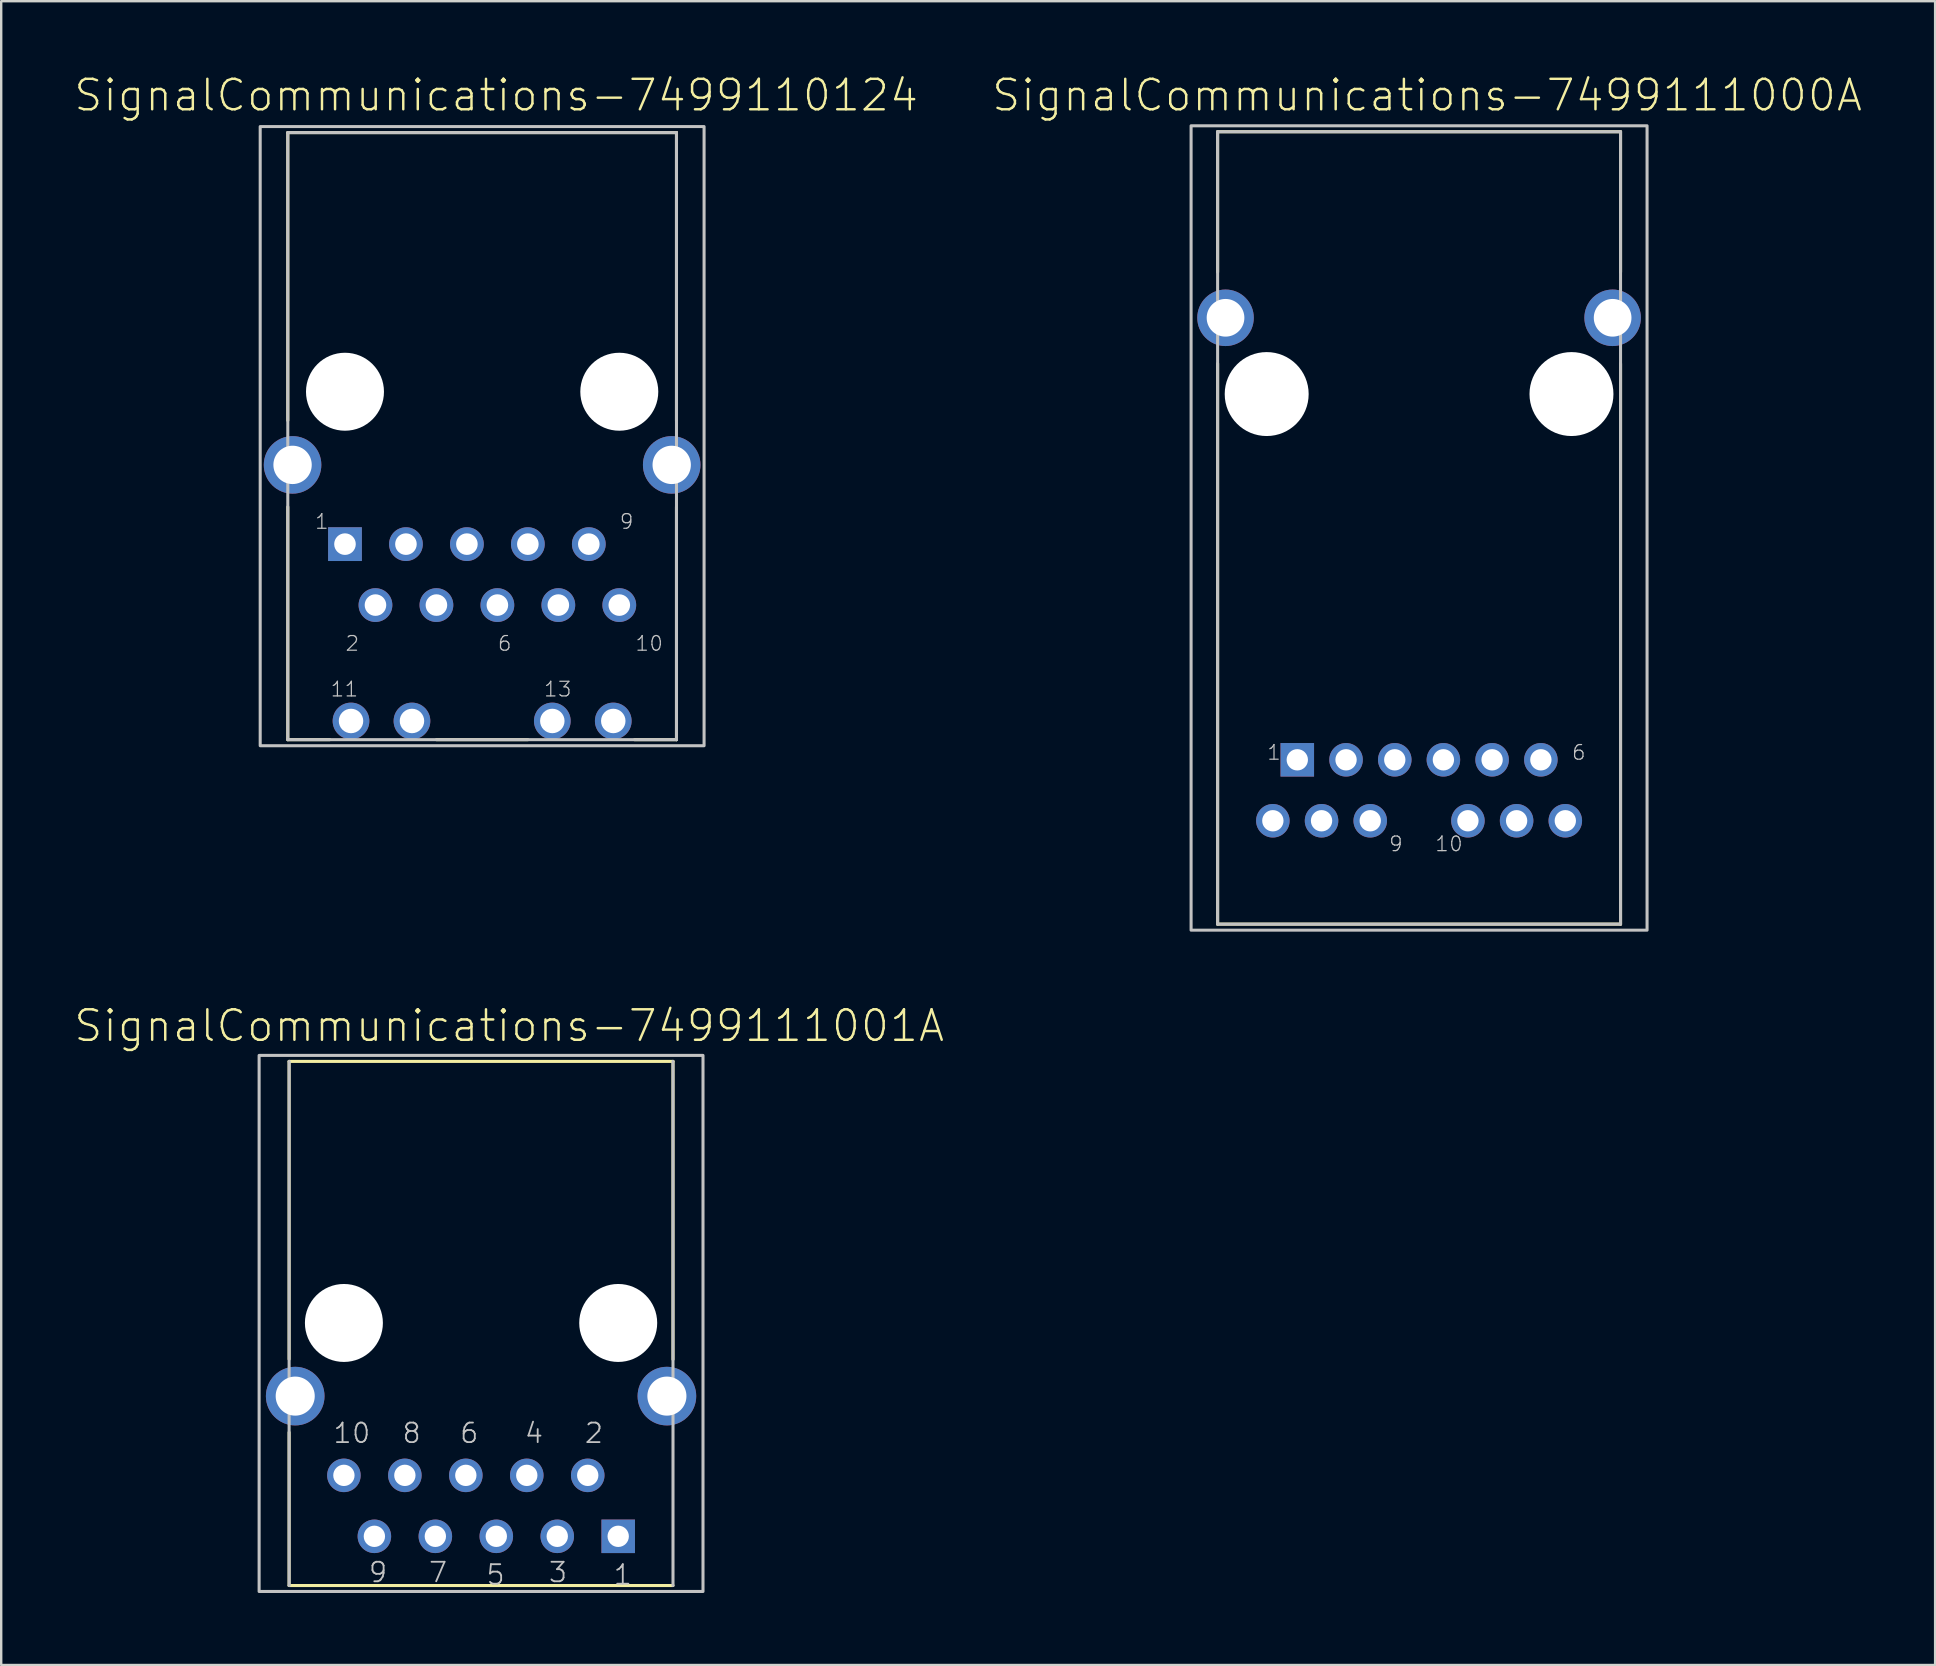
<source format=kicad_pcb>
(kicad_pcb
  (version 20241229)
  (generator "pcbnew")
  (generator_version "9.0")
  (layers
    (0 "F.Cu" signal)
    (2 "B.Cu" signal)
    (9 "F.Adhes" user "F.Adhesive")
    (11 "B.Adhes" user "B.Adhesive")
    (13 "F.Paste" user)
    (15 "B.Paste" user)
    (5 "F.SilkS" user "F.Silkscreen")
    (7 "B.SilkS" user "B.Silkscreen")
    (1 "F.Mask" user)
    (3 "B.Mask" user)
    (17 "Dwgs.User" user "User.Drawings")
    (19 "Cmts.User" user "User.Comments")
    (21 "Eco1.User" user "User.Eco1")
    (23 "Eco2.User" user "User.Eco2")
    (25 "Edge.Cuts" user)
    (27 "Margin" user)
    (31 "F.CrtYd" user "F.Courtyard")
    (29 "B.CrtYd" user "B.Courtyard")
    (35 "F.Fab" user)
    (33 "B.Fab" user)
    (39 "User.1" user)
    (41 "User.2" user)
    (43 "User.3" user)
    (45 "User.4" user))
  (footprint "SignalCommunications-7499111001A"
    (layer "F.Cu")
    (at 16.995 52.076)
    (property "Reference" "SignalCommunications-7499111001A" (at 1.173 -12.383 0) (layer "F.SilkS") (effects (font (size 1.27 1.27) (thickness 0.102))))
    (attr exclude_from_pos_files exclude_from_bom)
    (fp_line (start -7.998 -10.899) (end 7.998 -10.899) (stroke (width 0.127) (type solid)) (layer "F.SilkS"))
    (fp_line (start -7.998 1.509) (end -7.998 -10.899) (stroke (width 0.127) (type solid)) (layer "F.SilkS"))
    (fp_line (start -7.998 4.559) (end -7.998 10.94) (stroke (width 0.127) (type solid)) (layer "F.SilkS"))
    (fp_line (start 7.998 1.519) (end 7.998 -10.899) (stroke (width 0.127) (type solid)) (layer "F.SilkS"))
    (fp_line (start 7.998 10.94) (end -7.998 10.94) (stroke (width 0.127) (type solid)) (layer "F.SilkS"))
    (fp_line (start -7.998 10.94) (end -7.998 -10.899) (stroke (width 0.127) (type solid)) (layer "Dwgs.User"))
    (fp_line (start 7.998 -10.899) (end 7.998 10.94) (stroke (width 0.127) (type solid)) (layer "Dwgs.User"))
    (fp_poly (pts (xy -9.248 -11.148) (xy 9.248 -11.148) (xy 9.248 11.189) (xy -9.248 11.189) (xy -9.248 -11.148)) (stroke (width 0.127) (type solid)) (fill no) (layer "Dwgs.User"))
    (fp_text user "3" (at 3.205 10.391 0) (layer "Dwgs.User") (effects (font (size 0.813 0.813) (thickness 0.076))))
    (fp_text user "1" (at 5.905 10.493 0) (layer "Dwgs.User") (effects (font (size 0.813 0.813) (thickness 0.076))))
    (fp_text user "10" (at -5.385 4.592 0) (layer "Dwgs.User") (effects (font (size 0.813 0.813) (thickness 0.076))))
    (fp_text user "5" (at 0.605 10.493 0) (layer "Dwgs.User") (effects (font (size 0.813 0.813) (thickness 0.076))))
    (fp_text user "7" (at -1.793 10.391 0) (layer "Dwgs.User") (effects (font (size 0.813 0.813) (thickness 0.076))))
    (fp_text user "8" (at -2.893 4.592 0) (layer "Dwgs.User") (effects (font (size 0.813 0.813) (thickness 0.076))))
    (fp_text user "9" (at -4.293 10.391 0) (layer "Dwgs.User") (effects (font (size 0.813 0.813) (thickness 0.076))))
    (fp_text user "4" (at 2.205 4.592 0) (layer "Dwgs.User") (effects (font (size 0.813 0.813) (thickness 0.076))))
    (fp_text user "6" (at -0.493 4.592 0) (layer "Dwgs.User") (effects (font (size 0.813 0.813) (thickness 0.076))))
    (fp_text user "2" (at 4.704 4.592 0) (layer "Dwgs.User") (effects (font (size 0.813 0.813) (thickness 0.076))))
    (pad "" np_thru_hole circle (at -5.715 0) (size 3.249 3.249) (drill 3.249) (layers "*.Cu" "*.Mask"))
    (pad "" np_thru_hole circle (at 5.715 0) (size 3.249 3.249) (drill 3.249) (layers "*.Cu" "*.Mask"))
    (pad "1" thru_hole rect (at 5.715 8.89) (size 1.397 1.397) (drill 0.889) (layers "*.Cu" "*.Paste" "*.Mask"))
    (pad "2" thru_hole circle (at 4.445 6.35) (size 1.397 1.397) (drill 0.889) (layers "*.Cu" "*.Paste" "*.Mask"))
    (pad "3" thru_hole circle (at 3.175 8.89) (size 1.397 1.397) (drill 0.889) (layers "*.Cu" "*.Paste" "*.Mask"))
    (pad "4" thru_hole circle (at 1.905 6.35) (size 1.397 1.397) (drill 0.889) (layers "*.Cu" "*.Paste" "*.Mask"))
    (pad "5" thru_hole circle (at 0.635 8.89) (size 1.397 1.397) (drill 0.889) (layers "*.Cu" "*.Paste" "*.Mask"))
    (pad "6" thru_hole circle (at -0.635 6.35) (size 1.397 1.397) (drill 0.889) (layers "*.Cu" "*.Paste" "*.Mask"))
    (pad "7" thru_hole circle (at -1.905 8.89) (size 1.397 1.397) (drill 0.889) (layers "*.Cu" "*.Paste" "*.Mask"))
    (pad "8" thru_hole circle (at -3.175 6.35) (size 1.397 1.397) (drill 0.889) (layers "*.Cu" "*.Paste" "*.Mask"))
    (pad "9" thru_hole circle (at -4.445 8.89) (size 1.397 1.397) (drill 0.889) (layers "*.Cu" "*.Paste" "*.Mask"))
    (pad "10" thru_hole circle (at -5.715 6.35) (size 1.397 1.397) (drill 0.889) (layers "*.Cu" "*.Paste" "*.Mask"))
    (pad "Z1" thru_hole circle (at -7.744 3.048) (size 2.443 2.443) (drill 1.628) (layers "*.Cu" "*.Paste" "*.Mask"))
    (pad "Z2" thru_hole circle (at 7.744 3.048) (size 2.443 2.443) (drill 1.628) (layers "*.Cu" "*.Paste" "*.Mask")))
  (footprint "SignalCommunications-7499111000A"
    (layer "F.Cu")
    (at 56.081 13.37)
    (property "Reference" "SignalCommunications-7499111000A" (at 0.335 -12.449 0) (layer "F.SilkS") (effects (font (size 1.27 1.27) (thickness 0.102))))
    (attr exclude_from_pos_files exclude_from_bom)
    (fp_line (start -8.395 -5.08) (end -8.395 -10.93) (stroke (width 0.127) (type solid)) (layer "F.SilkS"))
    (fp_line (start -8.395 -1.27) (end -8.395 22.088) (stroke (width 0.127) (type solid)) (layer "F.SilkS"))
    (fp_line (start 8.395 -10.93) (end -8.395 -10.93) (stroke (width 0.127) (type solid)) (layer "F.SilkS"))
    (fp_line (start 8.395 -10.93) (end 8.395 -5.08) (stroke (width 0.127) (type solid)) (layer "F.SilkS"))
    (fp_line (start 8.395 -1.27) (end 8.395 22.088) (stroke (width 0.127) (type solid)) (layer "F.SilkS"))
    (fp_line (start 8.395 22.088) (end -8.395 22.088) (stroke (width 0.127) (type solid)) (layer "F.SilkS"))
    (fp_line (start -8.395 -10.93) (end -8.395 22.088) (stroke (width 0.127) (type solid)) (layer "Dwgs.User"))
    (fp_line (start -8.395 22.088) (end 8.395 22.088) (stroke (width 0.127) (type solid)) (layer "Dwgs.User"))
    (fp_line (start 8.395 -10.93) (end -8.395 -10.93) (stroke (width 0.127) (type solid)) (layer "Dwgs.User"))
    (fp_line (start 8.395 22.088) (end 8.395 -10.93) (stroke (width 0.127) (type solid)) (layer "Dwgs.User"))
    (fp_poly (pts (xy -9.5 -11.179) (xy 9.5 -11.179) (xy 9.5 22.339) (xy -9.5 22.339) (xy -9.5 -11.179)) (stroke (width 0.127) (type solid)) (fill no) (layer "Dwgs.User"))
    (fp_text user "6" (at 6.655 14.935 0) (layer "Dwgs.User") (effects (font (size 0.61 0.61) (thickness 0.051))))
    (fp_text user "10" (at 1.245 18.745 0) (layer "Dwgs.User") (effects (font (size 0.61 0.61) (thickness 0.051))))
    (fp_text user "9" (at -0.965 18.745 0) (layer "Dwgs.User") (effects (font (size 0.61 0.61) (thickness 0.051))))
    (fp_text user "1" (at -6.045 14.935 0) (layer "Dwgs.User") (effects (font (size 0.61 0.61) (thickness 0.051))))
    (pad "" np_thru_hole circle (at -6.35 0) (size 3.498 3.498) (drill 3.498) (layers "*.Cu" "*.Mask"))
    (pad "" np_thru_hole circle (at 6.35 0) (size 3.498 3.498) (drill 3.498) (layers "*.Cu" "*.Mask"))
    (pad "1" thru_hole rect (at -5.075 15.24) (size 1.397 1.397) (drill 0.889) (layers "*.Cu" "*.Paste" "*.Mask"))
    (pad "2" thru_hole circle (at -3.043 15.24) (size 1.397 1.397) (drill 0.889) (layers "*.Cu" "*.Paste" "*.Mask"))
    (pad "3" thru_hole circle (at -1.013 15.24) (size 1.397 1.397) (drill 0.889) (layers "*.Cu" "*.Paste" "*.Mask"))
    (pad "4" thru_hole circle (at 1.013 15.24) (size 1.397 1.397) (drill 0.889) (layers "*.Cu" "*.Paste" "*.Mask"))
    (pad "5" thru_hole circle (at 3.043 15.24) (size 1.397 1.397) (drill 0.889) (layers "*.Cu" "*.Paste" "*.Mask"))
    (pad "6" thru_hole circle (at 5.075 15.24) (size 1.397 1.397) (drill 0.889) (layers "*.Cu" "*.Paste" "*.Mask"))
    (pad "7" thru_hole circle (at -6.093 17.78) (size 1.397 1.397) (drill 0.889) (layers "*.Cu" "*.Paste" "*.Mask"))
    (pad "8" thru_hole circle (at -4.064 17.78) (size 1.397 1.397) (drill 0.889) (layers "*.Cu" "*.Paste" "*.Mask"))
    (pad "9" thru_hole circle (at -2.035 17.78) (size 1.397 1.397) (drill 0.889) (layers "*.Cu" "*.Paste" "*.Mask"))
    (pad "10" thru_hole circle (at 2.035 17.78) (size 1.397 1.397) (drill 0.889) (layers "*.Cu" "*.Paste" "*.Mask"))
    (pad "11" thru_hole circle (at 4.064 17.78) (size 1.397 1.397) (drill 0.889) (layers "*.Cu" "*.Paste" "*.Mask"))
    (pad "12" thru_hole circle (at 6.093 17.78) (size 1.397 1.397) (drill 0.889) (layers "*.Cu" "*.Paste" "*.Mask"))
    (pad "Z1" thru_hole circle (at -8.065 -3.178) (size 2.355 2.355) (drill 1.57) (layers "*.Cu" "*.Paste" "*.Mask"))
    (pad "Z2" thru_hole circle (at 8.065 -3.178) (size 2.355 2.355) (drill 1.57) (layers "*.Cu" "*.Paste" "*.Mask")))
  (footprint "SignalCommunications-7499110124"
    (layer "F.Cu")
    (at 17.04 13.273)
    (property "Reference" "SignalCommunications-7499110124" (at 0.584 -12.352 0) (layer "F.SilkS") (effects (font (size 1.27 1.27) (thickness 0.102))))
    (attr exclude_from_pos_files exclude_from_bom)
    (fp_line (start -8.098 1.199) (end -8.098 -10.798) (stroke (width 0.127) (type solid)) (layer "F.SilkS"))
    (fp_line (start -8.098 4.798) (end -8.098 14.498) (stroke (width 0.127) (type solid)) (layer "F.SilkS"))
    (fp_line (start -8.098 14.498) (end -6.35 14.498) (stroke (width 0.127) (type solid)) (layer "F.SilkS"))
    (fp_line (start -1.905 14.498) (end 1.905 14.498) (stroke (width 0.127) (type solid)) (layer "F.SilkS"))
    (fp_line (start 6.35 14.498) (end 8.098 14.498) (stroke (width 0.127) (type solid)) (layer "F.SilkS"))
    (fp_line (start 8.098 -10.798) (end -8.098 -10.798) (stroke (width 0.127) (type solid)) (layer "F.SilkS"))
    (fp_line (start 8.098 -10.798) (end 8.098 1.199) (stroke (width 0.127) (type solid)) (layer "F.SilkS"))
    (fp_line (start 8.098 4.798) (end 8.098 14.498) (stroke (width 0.127) (type solid)) (layer "F.SilkS"))
    (fp_line (start -8.098 -10.798) (end -8.098 14.498) (stroke (width 0.127) (type solid)) (layer "Dwgs.User"))
    (fp_line (start -8.098 14.498) (end 8.098 14.498) (stroke (width 0.127) (type solid)) (layer "Dwgs.User"))
    (fp_line (start 8.098 -10.798) (end -8.098 -10.798) (stroke (width 0.127) (type solid)) (layer "Dwgs.User"))
    (fp_line (start 8.098 14.498) (end 8.098 -10.798) (stroke (width 0.127) (type solid)) (layer "Dwgs.User"))
    (fp_poly (pts (xy -9.248 -11.049) (xy 9.248 -11.049) (xy 9.248 14.75) (xy -9.248 14.75) (xy -9.248 -11.049)) (stroke (width 0.127) (type solid)) (fill no) (layer "Dwgs.User"))
    (fp_text user "13" (at 3.15 12.395 0) (layer "Dwgs.User") (effects (font (size 0.61 0.61) (thickness 0.051))))
    (fp_text user "9" (at 6.02 5.41 0) (layer "Dwgs.User") (effects (font (size 0.61 0.61) (thickness 0.051))))
    (fp_text user "11" (at -5.74 12.395 0) (layer "Dwgs.User") (effects (font (size 0.61 0.61) (thickness 0.051))))
    (fp_text user "1" (at -6.68 5.41 0) (layer "Dwgs.User") (effects (font (size 0.61 0.61) (thickness 0.051))))
    (fp_text user "10" (at 6.96 10.49 0) (layer "Dwgs.User") (effects (font (size 0.61 0.61) (thickness 0.051))))
    (fp_text user "6" (at 0.94 10.49 0) (layer "Dwgs.User") (effects (font (size 0.61 0.61) (thickness 0.051))))
    (fp_text user "2" (at -5.41 10.49 0) (layer "Dwgs.User") (effects (font (size 0.61 0.61) (thickness 0.051))))
    (pad "" np_thru_hole circle (at -5.715 0) (size 3.249 3.249) (drill 3.249) (layers "*.Cu" "*.Mask"))
    (pad "" np_thru_hole circle (at 5.715 0) (size 3.249 3.249) (drill 3.249) (layers "*.Cu" "*.Mask"))
    (pad "1" thru_hole rect (at -5.715 6.35) (size 1.407 1.407) (drill 0.899) (layers "*.Cu" "*.Paste" "*.Mask"))
    (pad "2" thru_hole circle (at -4.445 8.89) (size 1.407 1.407) (drill 0.899) (layers "*.Cu" "*.Paste" "*.Mask"))
    (pad "3" thru_hole circle (at -3.175 6.35) (size 1.407 1.407) (drill 0.899) (layers "*.Cu" "*.Paste" "*.Mask"))
    (pad "4" thru_hole circle (at -1.905 8.89) (size 1.407 1.407) (drill 0.899) (layers "*.Cu" "*.Paste" "*.Mask"))
    (pad "5" thru_hole circle (at -0.635 6.35) (size 1.407 1.407) (drill 0.899) (layers "*.Cu" "*.Paste" "*.Mask"))
    (pad "6" thru_hole circle (at 0.635 8.89) (size 1.407 1.407) (drill 0.899) (layers "*.Cu" "*.Paste" "*.Mask"))
    (pad "7" thru_hole circle (at 1.905 6.35) (size 1.407 1.407) (drill 0.899) (layers "*.Cu" "*.Paste" "*.Mask"))
    (pad "8" thru_hole circle (at 3.175 8.89) (size 1.407 1.407) (drill 0.899) (layers "*.Cu" "*.Paste" "*.Mask"))
    (pad "9" thru_hole circle (at 4.445 6.35) (size 1.407 1.407) (drill 0.899) (layers "*.Cu" "*.Paste" "*.Mask"))
    (pad "10" thru_hole circle (at 5.715 8.89) (size 1.407 1.407) (drill 0.899) (layers "*.Cu" "*.Paste" "*.Mask"))
    (pad "11" thru_hole circle (at -5.464 13.719) (size 1.529 1.529) (drill 1.019) (layers "*.Cu" "*.Paste" "*.Mask"))
    (pad "12" thru_hole circle (at -2.924 13.719) (size 1.529 1.529) (drill 1.019) (layers "*.Cu" "*.Paste" "*.Mask"))
    (pad "13" thru_hole circle (at 2.924 13.719) (size 1.529 1.529) (drill 1.019) (layers "*.Cu" "*.Paste" "*.Mask"))
    (pad "14" thru_hole circle (at 5.464 13.719) (size 1.529 1.529) (drill 1.019) (layers "*.Cu" "*.Paste" "*.Mask"))
    (pad "Z1" thru_hole circle (at -7.899 3.048) (size 2.398 2.398) (drill 1.598) (layers "*.Cu" "*.Paste" "*.Mask"))
    (pad "Z2" thru_hole circle (at 7.899 3.048) (size 2.398 2.398) (drill 1.598) (layers "*.Cu" "*.Paste" "*.Mask")))
  (gr_rect
    (start -3 -3)
    (end 77.584 66.329)
    (stroke (width 0.1) (type default))
    (fill no)
    (layer "Edge.Cuts")))
</source>
